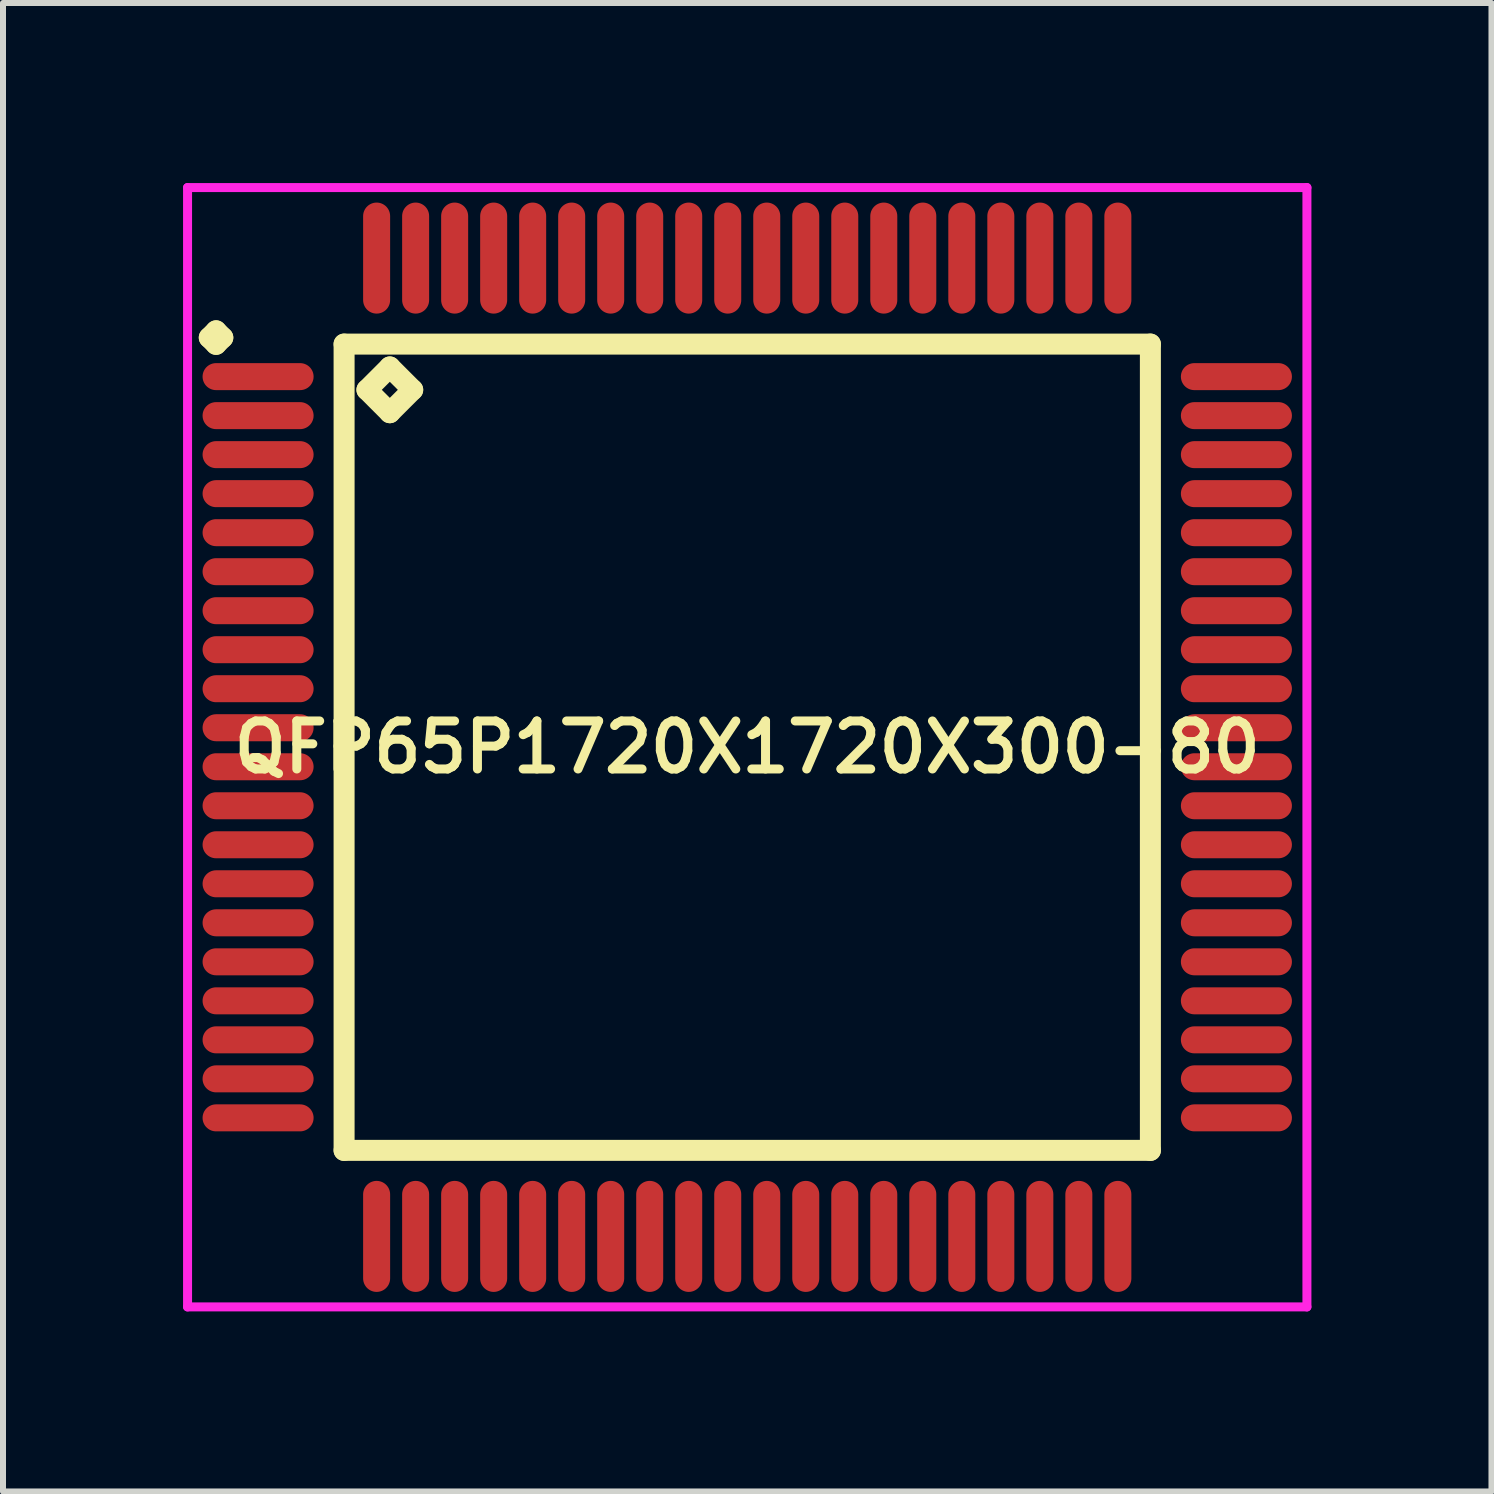
<source format=kicad_pcb>
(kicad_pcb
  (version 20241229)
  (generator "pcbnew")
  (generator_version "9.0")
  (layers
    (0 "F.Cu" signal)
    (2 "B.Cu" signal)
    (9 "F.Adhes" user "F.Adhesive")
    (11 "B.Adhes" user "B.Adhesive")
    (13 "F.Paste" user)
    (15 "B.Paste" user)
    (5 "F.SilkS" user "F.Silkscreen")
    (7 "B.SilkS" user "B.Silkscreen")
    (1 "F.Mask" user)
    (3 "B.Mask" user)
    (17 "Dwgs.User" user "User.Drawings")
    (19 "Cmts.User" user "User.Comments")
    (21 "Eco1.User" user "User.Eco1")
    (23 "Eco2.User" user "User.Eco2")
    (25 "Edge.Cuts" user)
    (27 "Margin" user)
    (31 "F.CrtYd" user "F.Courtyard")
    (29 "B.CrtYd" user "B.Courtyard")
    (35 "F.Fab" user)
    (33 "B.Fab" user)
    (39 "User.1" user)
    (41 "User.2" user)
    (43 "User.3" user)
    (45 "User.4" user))
  (footprint "QFP65P1720X1720X300-80"
    (layer "F.Cu")
    (at 9.4 9.4)
    (property "Reference" "QFP65P1720X1720X300-80" (at 0 0 0) (layer "F.SilkS") (effects (font (size 0.8 0.8) (thickness 0.15))))
    (attr smd)
    (fp_line (start -8.963 -6.825) (end -8.85 -6.938) (stroke (width 0.35) (type solid)) (layer "F.SilkS"))
    (fp_line (start -8.85 -6.938) (end -8.738 -6.825) (stroke (width 0.35) (type solid)) (layer "F.SilkS"))
    (fp_line (start -8.85 -6.713) (end -8.963 -6.825) (stroke (width 0.35) (type solid)) (layer "F.SilkS"))
    (fp_line (start -8.738 -6.825) (end -8.85 -6.713) (stroke (width 0.35) (type solid)) (layer "F.SilkS"))
    (fp_line (start -6.717 -6.717) (end -6.717 6.717) (stroke (width 0.35) (type solid)) (layer "F.SilkS"))
    (fp_line (start -6.717 6.717) (end 6.717 6.717) (stroke (width 0.35) (type solid)) (layer "F.SilkS"))
    (fp_line (start -6.336 -5.955) (end -5.955 -6.336) (stroke (width 0.35) (type solid)) (layer "F.SilkS"))
    (fp_line (start -5.955 -6.336) (end -5.574 -5.955) (stroke (width 0.35) (type solid)) (layer "F.SilkS"))
    (fp_line (start -5.955 -5.574) (end -6.336 -5.955) (stroke (width 0.35) (type solid)) (layer "F.SilkS"))
    (fp_line (start -5.574 -5.955) (end -5.955 -5.574) (stroke (width 0.35) (type solid)) (layer "F.SilkS"))
    (fp_line (start 6.717 -6.717) (end -6.717 -6.717) (stroke (width 0.35) (type solid)) (layer "F.SilkS"))
    (fp_line (start 6.717 6.717) (end 6.717 -6.717) (stroke (width 0.35) (type solid)) (layer "F.SilkS"))
    (fp_line (start -9.325 -9.325) (end 9.325 -9.325) (stroke (width 0.15) (type solid)) (layer "F.CrtYd"))
    (fp_line (start -9.325 9.325) (end -9.325 -9.325) (stroke (width 0.15) (type solid)) (layer "F.CrtYd"))
    (fp_line (start 9.325 -9.325) (end 9.325 9.325) (stroke (width 0.15) (type solid)) (layer "F.CrtYd"))
    (fp_line (start 9.325 9.325) (end -9.325 9.325) (stroke (width 0.15) (type solid)) (layer "F.CrtYd"))
    (pad "1" smd oval (at -8.15 -6.175) (size 1.85 0.45) (layers "F.Cu" "F.Mask" "F.Paste"))
    (pad "2" smd oval (at -8.15 -5.525) (size 1.85 0.45) (layers "F.Cu" "F.Mask" "F.Paste"))
    (pad "3" smd oval (at -8.15 -4.875) (size 1.85 0.45) (layers "F.Cu" "F.Mask" "F.Paste"))
    (pad "4" smd oval (at -8.15 -4.225) (size 1.85 0.45) (layers "F.Cu" "F.Mask" "F.Paste"))
    (pad "5" smd oval (at -8.15 -3.575) (size 1.85 0.45) (layers "F.Cu" "F.Mask" "F.Paste"))
    (pad "6" smd oval (at -8.15 -2.925) (size 1.85 0.45) (layers "F.Cu" "F.Mask" "F.Paste"))
    (pad "7" smd oval (at -8.15 -2.275) (size 1.85 0.45) (layers "F.Cu" "F.Mask" "F.Paste"))
    (pad "8" smd oval (at -8.15 -1.625) (size 1.85 0.45) (layers "F.Cu" "F.Mask" "F.Paste"))
    (pad "9" smd oval (at -8.15 -0.975) (size 1.85 0.45) (layers "F.Cu" "F.Mask" "F.Paste"))
    (pad "10" smd oval (at -8.15 -0.325) (size 1.85 0.45) (layers "F.Cu" "F.Mask" "F.Paste"))
    (pad "11" smd oval (at -8.15 0.325) (size 1.85 0.45) (layers "F.Cu" "F.Mask" "F.Paste"))
    (pad "12" smd oval (at -8.15 0.975) (size 1.85 0.45) (layers "F.Cu" "F.Mask" "F.Paste"))
    (pad "13" smd oval (at -8.15 1.625) (size 1.85 0.45) (layers "F.Cu" "F.Mask" "F.Paste"))
    (pad "14" smd oval (at -8.15 2.275) (size 1.85 0.45) (layers "F.Cu" "F.Mask" "F.Paste"))
    (pad "15" smd oval (at -8.15 2.925) (size 1.85 0.45) (layers "F.Cu" "F.Mask" "F.Paste"))
    (pad "16" smd oval (at -8.15 3.575) (size 1.85 0.45) (layers "F.Cu" "F.Mask" "F.Paste"))
    (pad "17" smd oval (at -8.15 4.225) (size 1.85 0.45) (layers "F.Cu" "F.Mask" "F.Paste"))
    (pad "18" smd oval (at -8.15 4.875) (size 1.85 0.45) (layers "F.Cu" "F.Mask" "F.Paste"))
    (pad "19" smd oval (at -8.15 5.525) (size 1.85 0.45) (layers "F.Cu" "F.Mask" "F.Paste"))
    (pad "20" smd oval (at -8.15 6.175) (size 1.85 0.45) (layers "F.Cu" "F.Mask" "F.Paste"))
    (pad "21" smd oval (at -6.175 8.15) (size 0.45 1.85) (layers "F.Cu" "F.Mask" "F.Paste"))
    (pad "22" smd oval (at -5.525 8.15) (size 0.45 1.85) (layers "F.Cu" "F.Mask" "F.Paste"))
    (pad "23" smd oval (at -4.875 8.15) (size 0.45 1.85) (layers "F.Cu" "F.Mask" "F.Paste"))
    (pad "24" smd oval (at -4.225 8.15) (size 0.45 1.85) (layers "F.Cu" "F.Mask" "F.Paste"))
    (pad "25" smd oval (at -3.575 8.15) (size 0.45 1.85) (layers "F.Cu" "F.Mask" "F.Paste"))
    (pad "26" smd oval (at -2.925 8.15) (size 0.45 1.85) (layers "F.Cu" "F.Mask" "F.Paste"))
    (pad "27" smd oval (at -2.275 8.15) (size 0.45 1.85) (layers "F.Cu" "F.Mask" "F.Paste"))
    (pad "28" smd oval (at -1.625 8.15) (size 0.45 1.85) (layers "F.Cu" "F.Mask" "F.Paste"))
    (pad "29" smd oval (at -0.975 8.15) (size 0.45 1.85) (layers "F.Cu" "F.Mask" "F.Paste"))
    (pad "30" smd oval (at -0.325 8.15) (size 0.45 1.85) (layers "F.Cu" "F.Mask" "F.Paste"))
    (pad "31" smd oval (at 0.325 8.15) (size 0.45 1.85) (layers "F.Cu" "F.Mask" "F.Paste"))
    (pad "32" smd oval (at 0.975 8.15) (size 0.45 1.85) (layers "F.Cu" "F.Mask" "F.Paste"))
    (pad "33" smd oval (at 1.625 8.15) (size 0.45 1.85) (layers "F.Cu" "F.Mask" "F.Paste"))
    (pad "34" smd oval (at 2.275 8.15) (size 0.45 1.85) (layers "F.Cu" "F.Mask" "F.Paste"))
    (pad "35" smd oval (at 2.925 8.15) (size 0.45 1.85) (layers "F.Cu" "F.Mask" "F.Paste"))
    (pad "36" smd oval (at 3.575 8.15) (size 0.45 1.85) (layers "F.Cu" "F.Mask" "F.Paste"))
    (pad "37" smd oval (at 4.225 8.15) (size 0.45 1.85) (layers "F.Cu" "F.Mask" "F.Paste"))
    (pad "38" smd oval (at 4.875 8.15) (size 0.45 1.85) (layers "F.Cu" "F.Mask" "F.Paste"))
    (pad "39" smd oval (at 5.525 8.15) (size 0.45 1.85) (layers "F.Cu" "F.Mask" "F.Paste"))
    (pad "40" smd oval (at 6.175 8.15) (size 0.45 1.85) (layers "F.Cu" "F.Mask" "F.Paste"))
    (pad "41" smd oval (at 8.15 6.175) (size 1.85 0.45) (layers "F.Cu" "F.Mask" "F.Paste"))
    (pad "42" smd oval (at 8.15 5.525) (size 1.85 0.45) (layers "F.Cu" "F.Mask" "F.Paste"))
    (pad "43" smd oval (at 8.15 4.875) (size 1.85 0.45) (layers "F.Cu" "F.Mask" "F.Paste"))
    (pad "44" smd oval (at 8.15 4.225) (size 1.85 0.45) (layers "F.Cu" "F.Mask" "F.Paste"))
    (pad "45" smd oval (at 8.15 3.575) (size 1.85 0.45) (layers "F.Cu" "F.Mask" "F.Paste"))
    (pad "46" smd oval (at 8.15 2.925) (size 1.85 0.45) (layers "F.Cu" "F.Mask" "F.Paste"))
    (pad "47" smd oval (at 8.15 2.275) (size 1.85 0.45) (layers "F.Cu" "F.Mask" "F.Paste"))
    (pad "48" smd oval (at 8.15 1.625) (size 1.85 0.45) (layers "F.Cu" "F.Mask" "F.Paste"))
    (pad "49" smd oval (at 8.15 0.975) (size 1.85 0.45) (layers "F.Cu" "F.Mask" "F.Paste"))
    (pad "50" smd oval (at 8.15 0.325) (size 1.85 0.45) (layers "F.Cu" "F.Mask" "F.Paste"))
    (pad "51" smd oval (at 8.15 -0.325) (size 1.85 0.45) (layers "F.Cu" "F.Mask" "F.Paste"))
    (pad "52" smd oval (at 8.15 -0.975) (size 1.85 0.45) (layers "F.Cu" "F.Mask" "F.Paste"))
    (pad "53" smd oval (at 8.15 -1.625) (size 1.85 0.45) (layers "F.Cu" "F.Mask" "F.Paste"))
    (pad "54" smd oval (at 8.15 -2.275) (size 1.85 0.45) (layers "F.Cu" "F.Mask" "F.Paste"))
    (pad "55" smd oval (at 8.15 -2.925) (size 1.85 0.45) (layers "F.Cu" "F.Mask" "F.Paste"))
    (pad "56" smd oval (at 8.15 -3.575) (size 1.85 0.45) (layers "F.Cu" "F.Mask" "F.Paste"))
    (pad "57" smd oval (at 8.15 -4.225) (size 1.85 0.45) (layers "F.Cu" "F.Mask" "F.Paste"))
    (pad "58" smd oval (at 8.15 -4.875) (size 1.85 0.45) (layers "F.Cu" "F.Mask" "F.Paste"))
    (pad "59" smd oval (at 8.15 -5.525) (size 1.85 0.45) (layers "F.Cu" "F.Mask" "F.Paste"))
    (pad "60" smd oval (at 8.15 -6.175) (size 1.85 0.45) (layers "F.Cu" "F.Mask" "F.Paste"))
    (pad "61" smd oval (at 6.175 -8.15) (size 0.45 1.85) (layers "F.Cu" "F.Mask" "F.Paste"))
    (pad "62" smd oval (at 5.525 -8.15) (size 0.45 1.85) (layers "F.Cu" "F.Mask" "F.Paste"))
    (pad "63" smd oval (at 4.875 -8.15) (size 0.45 1.85) (layers "F.Cu" "F.Mask" "F.Paste"))
    (pad "64" smd oval (at 4.225 -8.15) (size 0.45 1.85) (layers "F.Cu" "F.Mask" "F.Paste"))
    (pad "65" smd oval (at 3.575 -8.15) (size 0.45 1.85) (layers "F.Cu" "F.Mask" "F.Paste"))
    (pad "66" smd oval (at 2.925 -8.15) (size 0.45 1.85) (layers "F.Cu" "F.Mask" "F.Paste"))
    (pad "67" smd oval (at 2.275 -8.15) (size 0.45 1.85) (layers "F.Cu" "F.Mask" "F.Paste"))
    (pad "68" smd oval (at 1.625 -8.15) (size 0.45 1.85) (layers "F.Cu" "F.Mask" "F.Paste"))
    (pad "69" smd oval (at 0.975 -8.15) (size 0.45 1.85) (layers "F.Cu" "F.Mask" "F.Paste"))
    (pad "70" smd oval (at 0.325 -8.15) (size 0.45 1.85) (layers "F.Cu" "F.Mask" "F.Paste"))
    (pad "71" smd oval (at -0.325 -8.15) (size 0.45 1.85) (layers "F.Cu" "F.Mask" "F.Paste"))
    (pad "72" smd oval (at -0.975 -8.15) (size 0.45 1.85) (layers "F.Cu" "F.Mask" "F.Paste"))
    (pad "73" smd oval (at -1.625 -8.15) (size 0.45 1.85) (layers "F.Cu" "F.Mask" "F.Paste"))
    (pad "74" smd oval (at -2.275 -8.15) (size 0.45 1.85) (layers "F.Cu" "F.Mask" "F.Paste"))
    (pad "75" smd oval (at -2.925 -8.15) (size 0.45 1.85) (layers "F.Cu" "F.Mask" "F.Paste"))
    (pad "76" smd oval (at -3.575 -8.15) (size 0.45 1.85) (layers "F.Cu" "F.Mask" "F.Paste"))
    (pad "77" smd oval (at -4.225 -8.15) (size 0.45 1.85) (layers "F.Cu" "F.Mask" "F.Paste"))
    (pad "78" smd oval (at -4.875 -8.15) (size 0.45 1.85) (layers "F.Cu" "F.Mask" "F.Paste"))
    (pad "79" smd oval (at -5.525 -8.15) (size 0.45 1.85) (layers "F.Cu" "F.Mask" "F.Paste"))
    (pad "80" smd oval (at -6.175 -8.15) (size 0.45 1.85) (layers "F.Cu" "F.Mask" "F.Paste")))
  (gr_rect
    (start -3 -3)
    (end 21.8 21.8)
    (stroke (width 0.1) (type default))
    (fill no)
    (layer "Edge.Cuts")))
</source>
